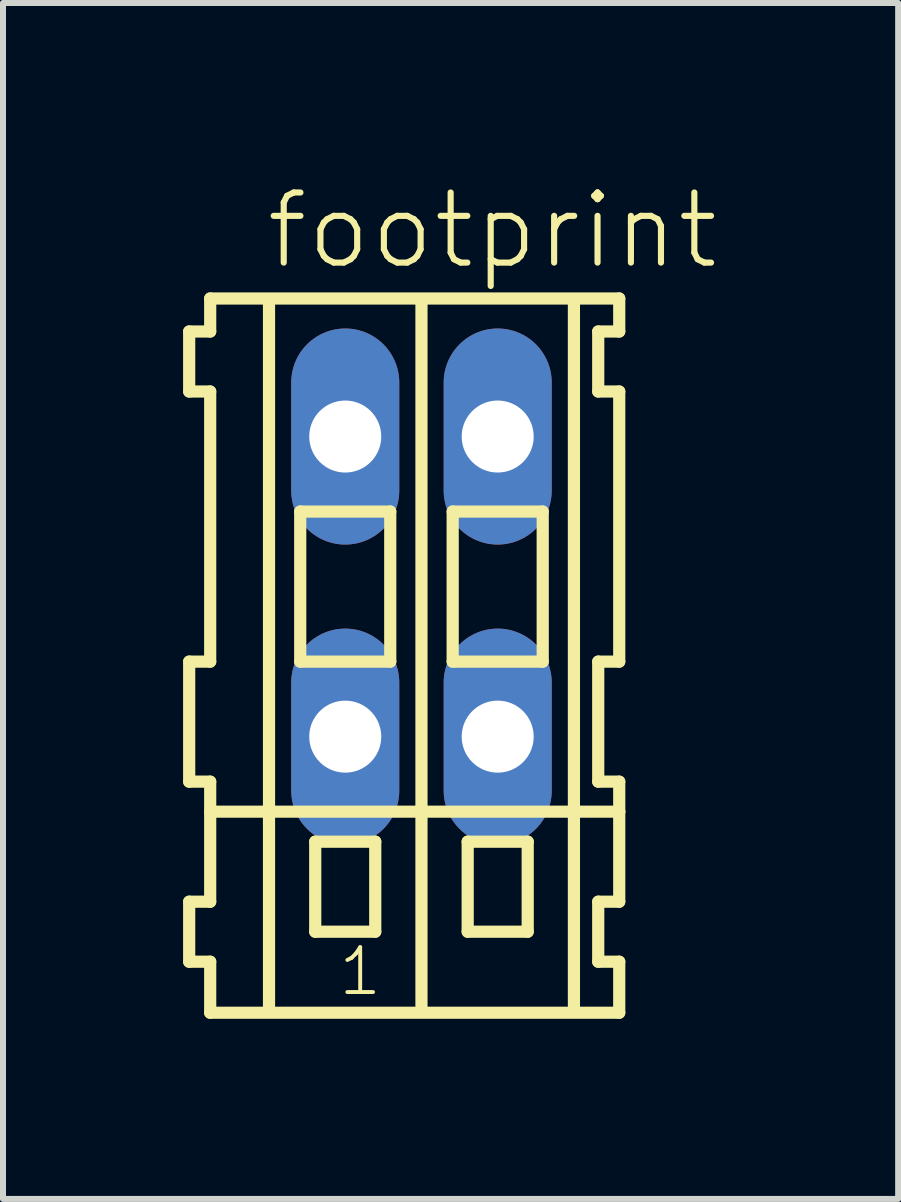
<source format=kicad_pcb>
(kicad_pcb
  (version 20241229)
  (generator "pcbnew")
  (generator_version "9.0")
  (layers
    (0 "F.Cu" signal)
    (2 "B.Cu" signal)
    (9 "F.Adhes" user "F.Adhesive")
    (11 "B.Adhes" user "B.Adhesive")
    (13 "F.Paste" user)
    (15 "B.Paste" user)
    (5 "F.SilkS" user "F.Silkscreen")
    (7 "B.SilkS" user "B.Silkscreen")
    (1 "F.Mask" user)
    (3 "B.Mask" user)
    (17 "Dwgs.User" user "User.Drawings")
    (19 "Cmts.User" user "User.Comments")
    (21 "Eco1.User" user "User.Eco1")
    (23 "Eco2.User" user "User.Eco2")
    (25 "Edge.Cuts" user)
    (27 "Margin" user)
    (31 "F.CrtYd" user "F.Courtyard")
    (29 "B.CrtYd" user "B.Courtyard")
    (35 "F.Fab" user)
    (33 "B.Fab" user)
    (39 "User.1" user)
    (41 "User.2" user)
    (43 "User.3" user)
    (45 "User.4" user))
  (footprint "footprint"
    (layer "F.Cu")
    (at 3.972 6.723)
    (property "Reference" "footprint" (at -2.64 -5.25 0) (layer "F.SilkS") (effects (font (size 1.168 1.168) (thickness 0.102)) (justify left bottom)))
    (fp_line (start -3.87 -4.25) (end -3.87 -3.25) (stroke (width 0.203) (type solid)) (layer "F.SilkS"))
    (fp_line (start -3.87 -3.25) (end -3.52 -3.25) (stroke (width 0.203) (type solid)) (layer "F.SilkS"))
    (fp_line (start -3.87 1.25) (end -3.87 3.25) (stroke (width 0.203) (type solid)) (layer "F.SilkS"))
    (fp_line (start -3.87 3.25) (end -3.52 3.25) (stroke (width 0.203) (type solid)) (layer "F.SilkS"))
    (fp_line (start -3.87 5.25) (end -3.87 6.25) (stroke (width 0.203) (type solid)) (layer "F.SilkS"))
    (fp_line (start -3.87 6.25) (end -3.52 6.25) (stroke (width 0.203) (type solid)) (layer "F.SilkS"))
    (fp_line (start -3.52 -4.8) (end -3.52 -4.25) (stroke (width 0.203) (type solid)) (layer "F.SilkS"))
    (fp_line (start -3.52 -4.25) (end -3.87 -4.25) (stroke (width 0.203) (type solid)) (layer "F.SilkS"))
    (fp_line (start -3.52 -3.25) (end -3.52 1.25) (stroke (width 0.203) (type solid)) (layer "F.SilkS"))
    (fp_line (start -3.52 1.25) (end -3.87 1.25) (stroke (width 0.203) (type solid)) (layer "F.SilkS"))
    (fp_line (start -3.52 3.25) (end -3.52 5.25) (stroke (width 0.203) (type solid)) (layer "F.SilkS"))
    (fp_line (start -3.52 3.75) (end 3.295 3.75) (stroke (width 0.203) (type solid)) (layer "F.SilkS"))
    (fp_line (start -3.52 5.25) (end -3.87 5.25) (stroke (width 0.203) (type solid)) (layer "F.SilkS"))
    (fp_line (start -3.52 6.25) (end -3.52 7.1) (stroke (width 0.203) (type solid)) (layer "F.SilkS"))
    (fp_line (start -3.52 7.1) (end 3.295 7.1) (stroke (width 0.203) (type solid)) (layer "F.SilkS"))
    (fp_line (start -2.54 6.985) (end -2.54 -4.699) (stroke (width 0.203) (type solid)) (layer "F.SilkS"))
    (fp_line (start -2.02 -1.25) (end -2.02 1.25) (stroke (width 0.203) (type solid)) (layer "F.SilkS"))
    (fp_line (start -2.02 1.25) (end -0.52 1.25) (stroke (width 0.203) (type solid)) (layer "F.SilkS"))
    (fp_line (start -1.77 4.25) (end -1.77 5.75) (stroke (width 0.203) (type solid)) (layer "F.SilkS"))
    (fp_line (start -1.77 5.75) (end -0.77 5.75) (stroke (width 0.203) (type solid)) (layer "F.SilkS"))
    (fp_line (start -0.77 4.25) (end -1.77 4.25) (stroke (width 0.203) (type solid)) (layer "F.SilkS"))
    (fp_line (start -0.77 5.75) (end -0.77 4.25) (stroke (width 0.203) (type solid)) (layer "F.SilkS"))
    (fp_line (start -0.52 -1.25) (end -2.02 -1.25) (stroke (width 0.203) (type solid)) (layer "F.SilkS"))
    (fp_line (start -0.52 1.25) (end -0.52 -1.25) (stroke (width 0.203) (type solid)) (layer "F.SilkS"))
    (fp_line (start 0 6.985) (end 0 -4.699) (stroke (width 0.203) (type solid)) (layer "F.SilkS"))
    (fp_line (start 0.52 -1.25) (end 0.52 1.25) (stroke (width 0.203) (type solid)) (layer "F.SilkS"))
    (fp_line (start 0.52 1.25) (end 2.02 1.25) (stroke (width 0.203) (type solid)) (layer "F.SilkS"))
    (fp_line (start 0.77 4.25) (end 0.77 5.75) (stroke (width 0.203) (type solid)) (layer "F.SilkS"))
    (fp_line (start 0.77 5.75) (end 1.77 5.75) (stroke (width 0.203) (type solid)) (layer "F.SilkS"))
    (fp_line (start 1.77 4.25) (end 0.77 4.25) (stroke (width 0.203) (type solid)) (layer "F.SilkS"))
    (fp_line (start 1.77 5.75) (end 1.77 4.25) (stroke (width 0.203) (type solid)) (layer "F.SilkS"))
    (fp_line (start 2.02 -1.25) (end 0.52 -1.25) (stroke (width 0.203) (type solid)) (layer "F.SilkS"))
    (fp_line (start 2.02 1.25) (end 2.02 -1.25) (stroke (width 0.203) (type solid)) (layer "F.SilkS"))
    (fp_line (start 2.54 6.985) (end 2.54 -4.699) (stroke (width 0.203) (type solid)) (layer "F.SilkS"))
    (fp_line (start 2.945 -4.25) (end 2.945 -3.25) (stroke (width 0.203) (type solid)) (layer "F.SilkS"))
    (fp_line (start 2.945 -3.25) (end 3.295 -3.25) (stroke (width 0.203) (type solid)) (layer "F.SilkS"))
    (fp_line (start 2.945 1.25) (end 2.945 3.25) (stroke (width 0.203) (type solid)) (layer "F.SilkS"))
    (fp_line (start 2.945 3.25) (end 3.295 3.25) (stroke (width 0.203) (type solid)) (layer "F.SilkS"))
    (fp_line (start 2.945 5.25) (end 2.945 6.25) (stroke (width 0.203) (type solid)) (layer "F.SilkS"))
    (fp_line (start 2.945 6.25) (end 3.295 6.25) (stroke (width 0.203) (type solid)) (layer "F.SilkS"))
    (fp_line (start 3.295 -4.8) (end -3.52 -4.8) (stroke (width 0.203) (type solid)) (layer "F.SilkS"))
    (fp_line (start 3.295 -4.25) (end 2.945 -4.25) (stroke (width 0.203) (type solid)) (layer "F.SilkS"))
    (fp_line (start 3.295 -4.25) (end 3.295 -4.8) (stroke (width 0.203) (type solid)) (layer "F.SilkS"))
    (fp_line (start 3.295 1.25) (end 2.945 1.25) (stroke (width 0.203) (type solid)) (layer "F.SilkS"))
    (fp_line (start 3.295 1.25) (end 3.295 -3.25) (stroke (width 0.203) (type solid)) (layer "F.SilkS"))
    (fp_line (start 3.295 3.75) (end 3.295 3.25) (stroke (width 0.203) (type solid)) (layer "F.SilkS"))
    (fp_line (start 3.295 5.25) (end 2.945 5.25) (stroke (width 0.203) (type solid)) (layer "F.SilkS"))
    (fp_line (start 3.295 5.25) (end 3.295 3.75) (stroke (width 0.203) (type solid)) (layer "F.SilkS"))
    (fp_line (start 3.295 7.1) (end 3.295 6.25) (stroke (width 0.203) (type solid)) (layer "F.SilkS"))
    (fp_text user "1" (at -1.42 6.85 0) (layer "F.SilkS") (effects (font (size 0.748 0.748) (thickness 0.065)) (justify left bottom)))
    (pad "A1" thru_hole oval (at -1.27 -2.5 90) (size 3.6 1.8) (drill 1.2) (layers "*.Cu" "*.Mask"))
    (pad "A2" thru_hole oval (at 1.27 -2.5 90) (size 3.6 1.8) (drill 1.2) (layers "*.Cu" "*.Mask"))
    (pad "B1" thru_hole oval (at -1.27 2.5 90) (size 3.6 1.8) (drill 1.2) (layers "*.Cu" "*.Mask"))
    (pad "B2" thru_hole oval (at 1.27 2.5 90) (size 3.6 1.8) (drill 1.2) (layers "*.Cu" "*.Mask")))
  (gr_rect
    (start -3 -3)
    (end 11.914 16.925)
    (stroke (width 0.1) (type default))
    (fill no)
    (layer "Edge.Cuts")))
</source>
